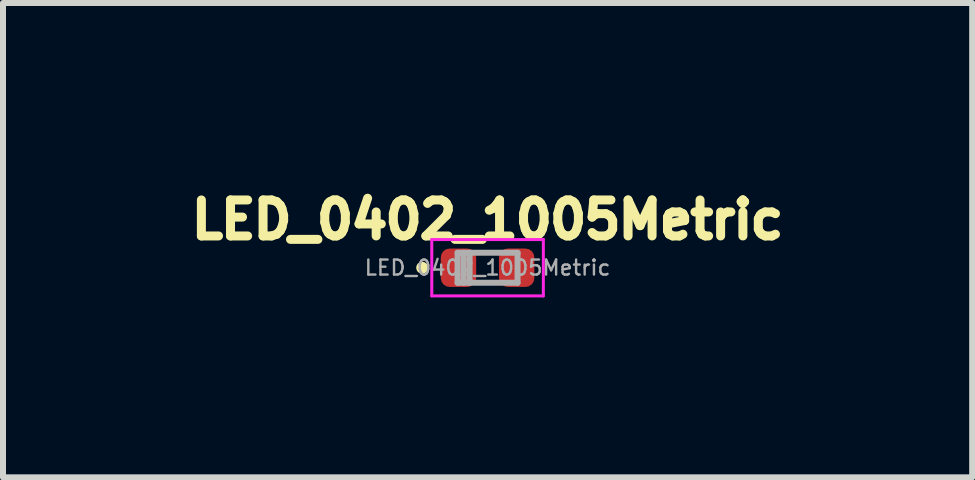
<source format=kicad_pcb>
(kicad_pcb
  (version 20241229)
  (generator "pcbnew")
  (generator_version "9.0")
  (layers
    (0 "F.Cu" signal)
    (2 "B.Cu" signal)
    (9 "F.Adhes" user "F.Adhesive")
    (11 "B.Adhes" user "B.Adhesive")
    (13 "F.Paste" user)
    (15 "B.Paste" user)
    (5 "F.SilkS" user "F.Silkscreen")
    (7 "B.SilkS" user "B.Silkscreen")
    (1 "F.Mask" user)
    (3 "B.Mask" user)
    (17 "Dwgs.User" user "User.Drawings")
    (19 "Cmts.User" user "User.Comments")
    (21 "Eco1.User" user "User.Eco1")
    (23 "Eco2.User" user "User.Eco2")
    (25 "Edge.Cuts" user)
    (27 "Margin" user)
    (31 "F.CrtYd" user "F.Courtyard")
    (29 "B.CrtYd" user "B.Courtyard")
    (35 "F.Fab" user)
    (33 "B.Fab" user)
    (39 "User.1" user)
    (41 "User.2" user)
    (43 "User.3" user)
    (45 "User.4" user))
  (footprint "LED_0402_1005Metric"
    (layer "F.Cu")
    (at 5.079 1.414)
    (property "Reference" "LED_0402_1005Metric" (at 0 -0.8 0) (layer "F.SilkS") (effects (font (size 0.6 0.6) (thickness 0.15))))
    (attr smd)
    (fp_circle (center -1.09 0) (end -1.04 0) (stroke (width 0.1) (type solid)) (fill no) (layer "F.SilkS"))
    (fp_line (start -0.93 -0.47) (end 0.93 -0.47) (stroke (width 0.05) (type solid)) (layer "F.CrtYd"))
    (fp_line (start -0.93 0.47) (end -0.93 -0.47) (stroke (width 0.05) (type solid)) (layer "F.CrtYd"))
    (fp_line (start 0.93 -0.47) (end 0.93 0.47) (stroke (width 0.05) (type solid)) (layer "F.CrtYd"))
    (fp_line (start 0.93 0.47) (end -0.93 0.47) (stroke (width 0.05) (type solid)) (layer "F.CrtYd"))
    (fp_line (start -0.5 -0.25) (end 0.5 -0.25) (stroke (width 0.1) (type solid)) (layer "F.Fab"))
    (fp_line (start -0.5 0.25) (end -0.5 -0.25) (stroke (width 0.1) (type solid)) (layer "F.Fab"))
    (fp_line (start -0.4 0.25) (end -0.4 -0.25) (stroke (width 0.1) (type solid)) (layer "F.Fab"))
    (fp_line (start -0.3 0.25) (end -0.3 -0.25) (stroke (width 0.1) (type solid)) (layer "F.Fab"))
    (fp_line (start 0.5 -0.25) (end 0.5 0.25) (stroke (width 0.1) (type solid)) (layer "F.Fab"))
    (fp_line (start 0.5 0.25) (end -0.5 0.25) (stroke (width 0.1) (type solid)) (layer "F.Fab"))
    (fp_text user "${REFERENCE}" (at 0 0 0) (layer "F.Fab") (effects (font (size 0.25 0.25) (thickness 0.04))))
    (pad "1" smd roundrect (at -0.485 0) (size 0.59 0.64) (layers "F.Cu" "F.Mask" "F.Paste") (roundrect_rratio 0.25))
    (pad "2" smd roundrect (at 0.485 0) (size 0.59 0.64) (layers "F.Cu" "F.Mask" "F.Paste") (roundrect_rratio 0.25)))
  (gr_rect
    (start -3 -3)
    (end 13.159 4.909)
    (stroke (width 0.1) (type default))
    (fill no)
    (layer "Edge.Cuts")))
</source>
